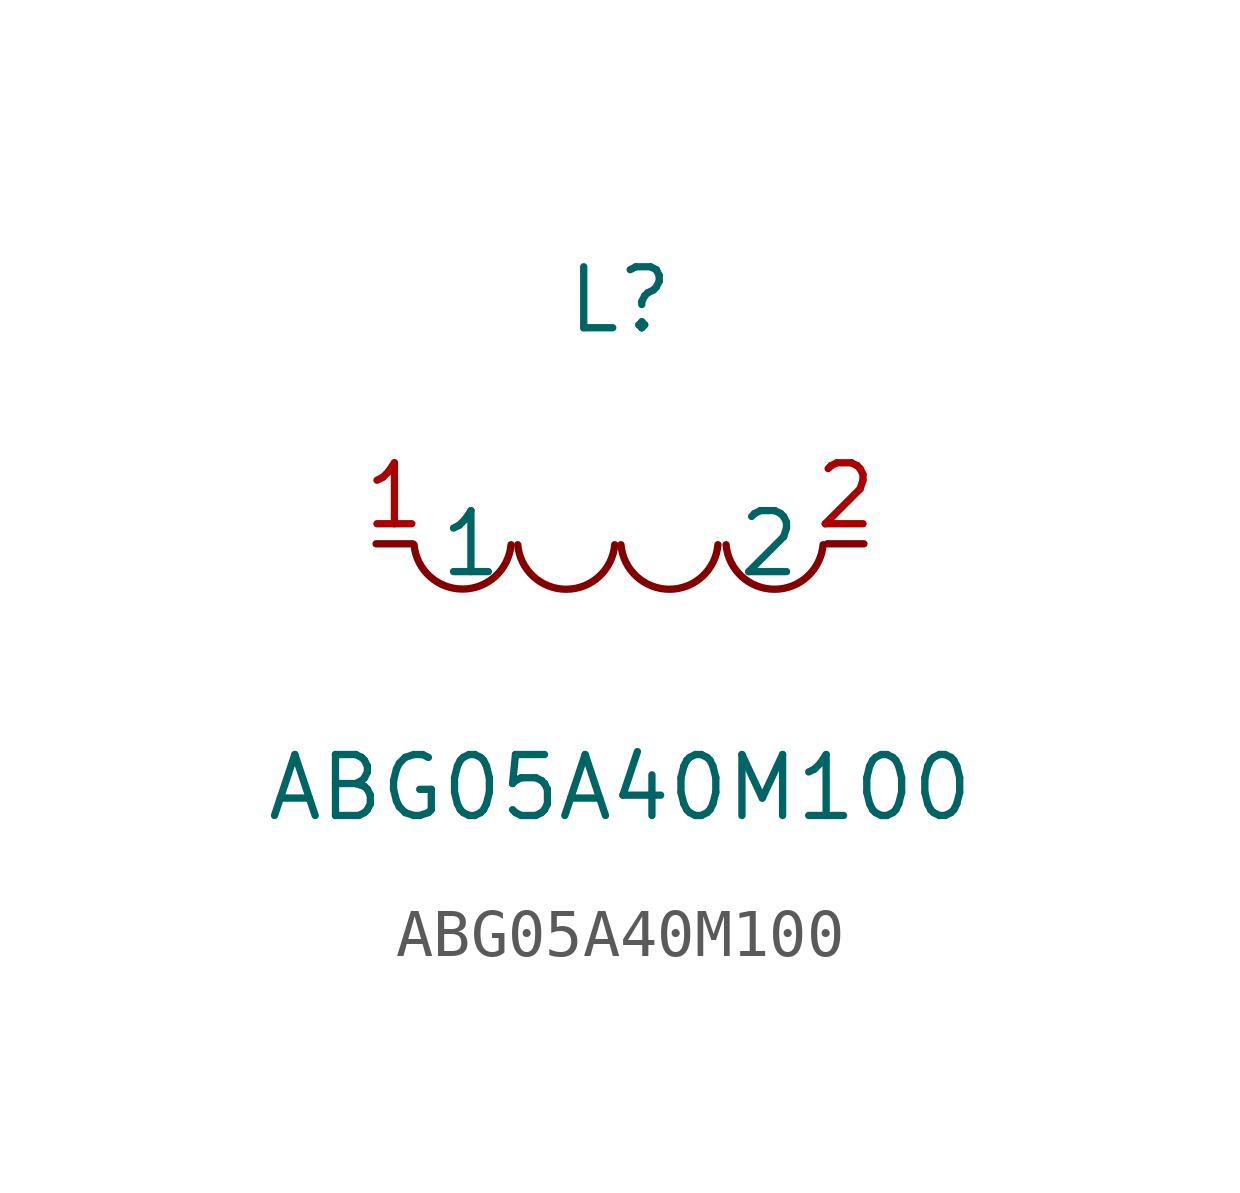
<source format=kicad_sym>
(kicad_symbol_lib
  (version 20211014)
  (generator https://github.com/uPesy/easyeda2kicad.py)
  (symbol "ABG05A40M100"
    (property "Reference" "L"
      (at 0 5.08 0)
      (effects (font (size 1.27 1.27))))
    (property "Value" "ABG05A40M100"
      (at 0 -5.08 0)
      (effects (font (size 1.27 1.27))))
    (symbol "ABG05A40M100_0_1"
      (arc (start -4.29 -0.02) (mid -2.81 -1.01) (end -2.27 -0.02) (stroke (width 0) (type default) (color 0 0 0 0)) (fill (type none)))
      (arc (start -2.13 -0.02) (mid -0.66 -1.01) (end -0.11 -0.02) (stroke (width 0) (type default) (color 0 0 0 0)) (fill (type none)))
      (arc (start 0.02 -0.02) (mid 1.49 -1.01) (end 2.04 -0.02) (stroke (width 0) (type default) (color 0 0 0 0)) (fill (type none)))
      (arc (start 2.21 -0.02) (mid 3.68 -1.01) (end 4.23 -0.02) (stroke (width 0) (type default) (color 0 0 0 0)) (fill (type none)))
      (pin unspecified line (at 5.08 -0.00 180) (length 0.762) (name "2" (effects (font (size 1.27 1.27)))) (number "2" (effects (font (size 1.27 1.27)))))
      (pin unspecified line (at -5.08 -0.00 0) (length 0.762) (name "1" (effects (font (size 1.27 1.27)))) (number "1" (effects (font (size 1.27 1.27))))))))
</source>
